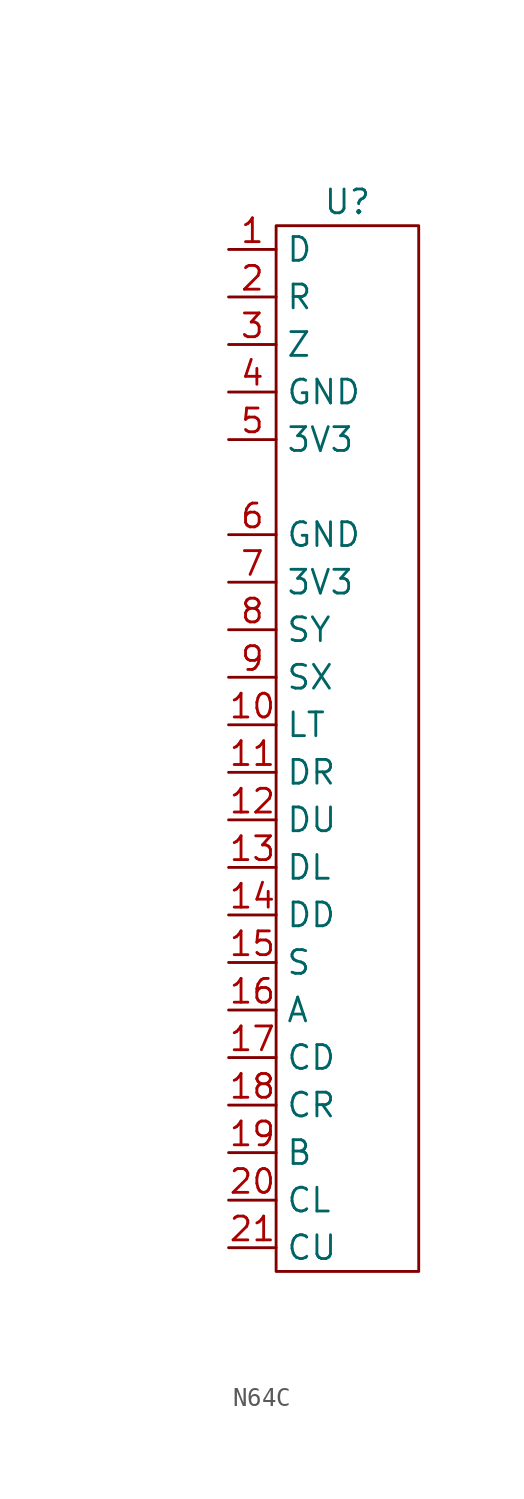
<source format=kicad_sym>
(kicad_symbol_lib
  (version 20220914)
  (generator kicad_symbol_editor)
  (symbol "N64C"
    (property "Reference" "U"
      (at 0 34.29 0)
      (effects (font (size 1.27 1.27))))
    (property "Value" ""
      (at -12.7 19.05 0)
      (effects (font (size 1.27 1.27))))
    (symbol "N64C_0_1"
      (rectangle (start -3.81 33.02) (end 3.81 -22.86) (stroke (width 0) (type default)) (fill (type none))))
    (symbol "N64C_1_1"
      (pin input line (at -6.35 31.75 0) (length 2.54) (name "D" (effects (font (size 1.27 1.27)))) (number "1" (effects (font (size 1.27 1.27)))))
      (pin input line (at -6.35 6.35 0) (length 2.54) (name "LT" (effects (font (size 1.27 1.27)))) (number "10" (effects (font (size 1.27 1.27)))))
      (pin input line (at -6.35 3.81 0) (length 2.54) (name "DR" (effects (font (size 1.27 1.27)))) (number "11" (effects (font (size 1.27 1.27)))))
      (pin input line (at -6.35 1.27 0) (length 2.54) (name "DU" (effects (font (size 1.27 1.27)))) (number "12" (effects (font (size 1.27 1.27)))))
      (pin input line (at -6.35 -1.27 0) (length 2.54) (name "DL" (effects (font (size 1.27 1.27)))) (number "13" (effects (font (size 1.27 1.27)))))
      (pin input line (at -6.35 -3.81 0) (length 2.54) (name "DD" (effects (font (size 1.27 1.27)))) (number "14" (effects (font (size 1.27 1.27)))))
      (pin input line (at -6.35 -6.35 0) (length 2.54) (name "S" (effects (font (size 1.27 1.27)))) (number "15" (effects (font (size 1.27 1.27)))))
      (pin input line (at -6.35 -8.89 0) (length 2.54) (name "A" (effects (font (size 1.27 1.27)))) (number "16" (effects (font (size 1.27 1.27)))))
      (pin input line (at -6.35 -11.43 0) (length 2.54) (name "CD" (effects (font (size 1.27 1.27)))) (number "17" (effects (font (size 1.27 1.27)))))
      (pin input line (at -6.35 -13.97 0) (length 2.54) (name "CR" (effects (font (size 1.27 1.27)))) (number "18" (effects (font (size 1.27 1.27)))))
      (pin input line (at -6.35 -16.51 0) (length 2.54) (name "B" (effects (font (size 1.27 1.27)))) (number "19" (effects (font (size 1.27 1.27)))))
      (pin input line (at -6.35 29.21 0) (length 2.54) (name "R" (effects (font (size 1.27 1.27)))) (number "2" (effects (font (size 1.27 1.27)))))
      (pin input line (at -6.35 -19.05 0) (length 2.54) (name "CL" (effects (font (size 1.27 1.27)))) (number "20" (effects (font (size 1.27 1.27)))))
      (pin input line (at -6.35 -21.59 0) (length 2.54) (name "CU" (effects (font (size 1.27 1.27)))) (number "21" (effects (font (size 1.27 1.27)))))
      (pin input line (at -6.35 26.67 0) (length 2.54) (name "Z" (effects (font (size 1.27 1.27)))) (number "3" (effects (font (size 1.27 1.27)))))
      (pin input line (at -6.35 24.13 0) (length 2.54) (name "GND" (effects (font (size 1.27 1.27)))) (number "4" (effects (font (size 1.27 1.27)))))
      (pin input line (at -6.35 21.59 0) (length 2.54) (name "3V3" (effects (font (size 1.27 1.27)))) (number "5" (effects (font (size 1.27 1.27)))))
      (pin input line (at -6.35 16.51 0) (length 2.54) (name "GND" (effects (font (size 1.27 1.27)))) (number "6" (effects (font (size 1.27 1.27)))))
      (pin input line (at -6.35 13.97 0) (length 2.54) (name "3V3" (effects (font (size 1.27 1.27)))) (number "7" (effects (font (size 1.27 1.27)))))
      (pin input line (at -6.35 11.43 0) (length 2.54) (name "SY" (effects (font (size 1.27 1.27)))) (number "8" (effects (font (size 1.27 1.27)))))
      (pin input line (at -6.35 8.89 0) (length 2.54) (name "SX" (effects (font (size 1.27 1.27)))) (number "9" (effects (font (size 1.27 1.27))))))))
</source>
